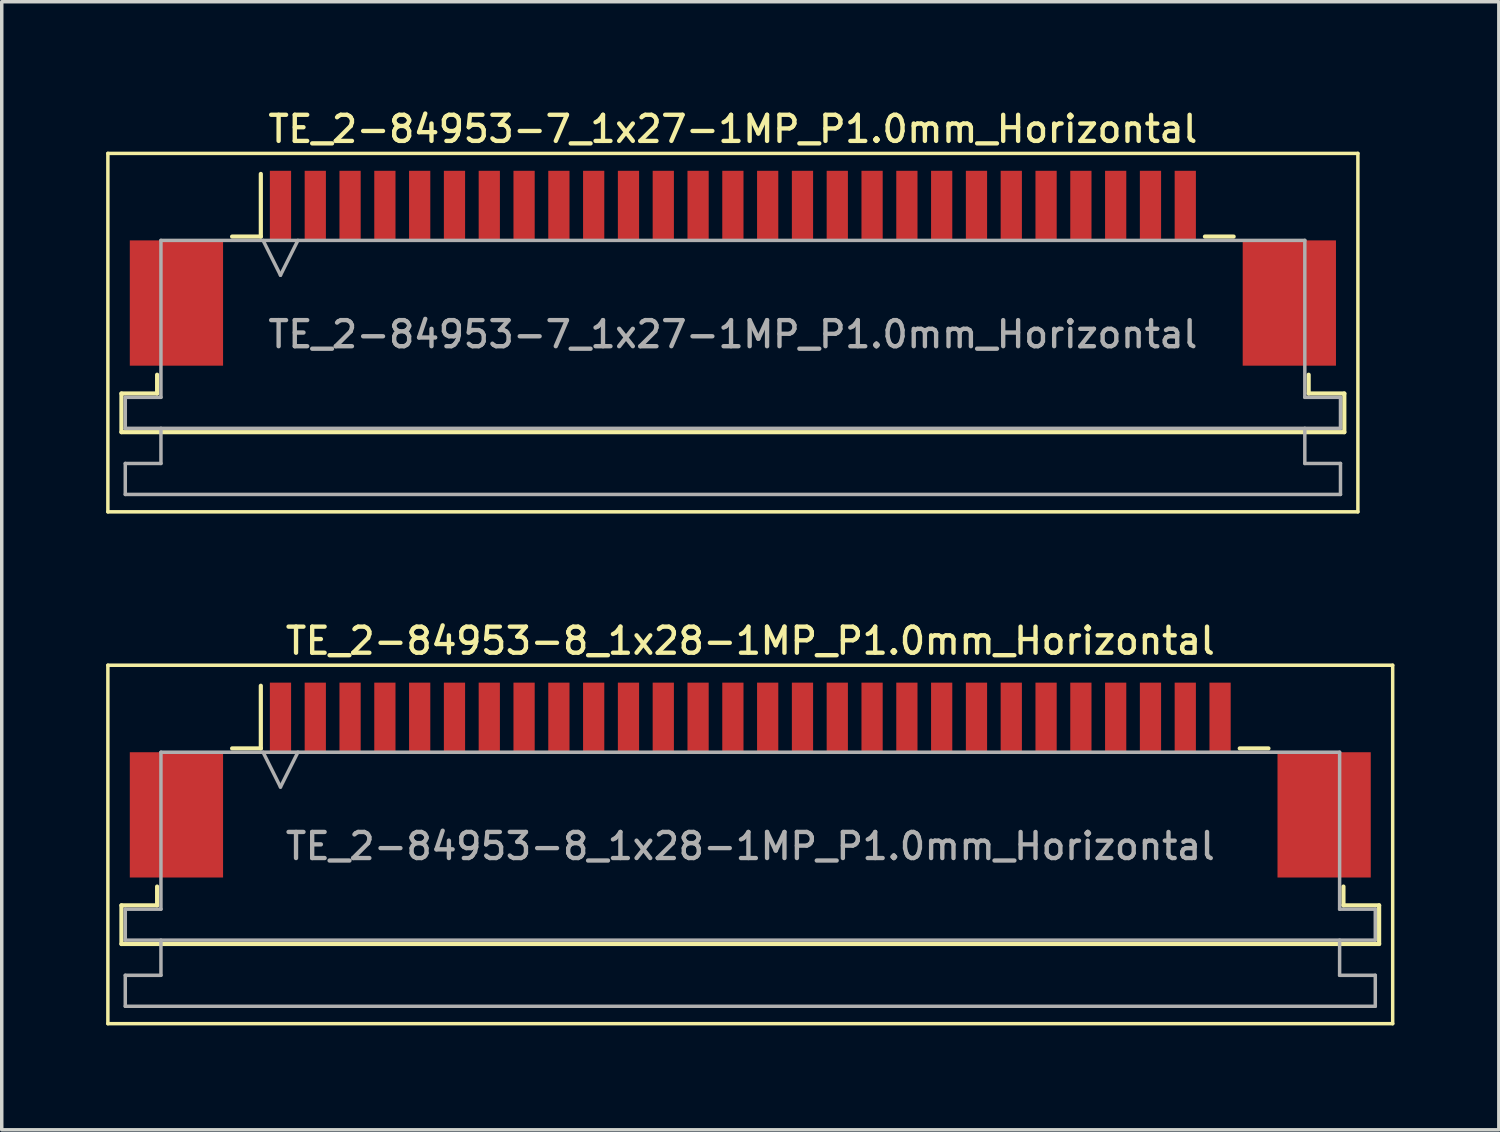
<source format=kicad_pcb>
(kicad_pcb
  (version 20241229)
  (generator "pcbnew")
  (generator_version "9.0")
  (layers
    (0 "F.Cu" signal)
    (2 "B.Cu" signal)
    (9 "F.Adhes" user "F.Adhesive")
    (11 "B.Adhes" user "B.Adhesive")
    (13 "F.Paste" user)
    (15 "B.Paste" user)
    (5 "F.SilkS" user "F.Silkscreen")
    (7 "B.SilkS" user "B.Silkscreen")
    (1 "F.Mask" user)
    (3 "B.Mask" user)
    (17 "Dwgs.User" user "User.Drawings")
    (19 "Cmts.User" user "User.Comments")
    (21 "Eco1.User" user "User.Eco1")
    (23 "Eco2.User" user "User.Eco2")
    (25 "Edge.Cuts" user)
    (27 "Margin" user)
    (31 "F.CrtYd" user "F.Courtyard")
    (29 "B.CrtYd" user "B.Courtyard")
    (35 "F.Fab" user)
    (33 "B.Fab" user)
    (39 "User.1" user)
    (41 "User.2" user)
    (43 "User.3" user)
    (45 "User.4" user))
  (footprint "TE_2-84953-8_1x28-1MP_P1.0mm_Horizontal"
    (layer "F.Cu")
    (at 18.51 19.366)
    (property "Reference" "TE_2-84953-8_1x28-1MP_P1.0mm_Horizontal" (at 0 -4 0) (layer "F.SilkS") (effects (font (size 0.75 0.75) (thickness 0.125))))
    (attr smd)
    (fp_line (start -18.46 -3.3) (end -18.46 7) (stroke (width 0.1) (type solid)) (layer "F.SilkS"))
    (fp_line (start -18.46 7) (end 18.46 7) (stroke (width 0.1) (type solid)) (layer "F.SilkS"))
    (fp_line (start -18.07 3.6) (end -17.045 3.6) (stroke (width 0.12) (type solid)) (layer "F.SilkS"))
    (fp_line (start -18.07 4.71) (end -18.07 3.6) (stroke (width 0.12) (type solid)) (layer "F.SilkS"))
    (fp_line (start -17.045 3.6) (end -17.045 3.06) (stroke (width 0.12) (type solid)) (layer "F.SilkS"))
    (fp_line (start -14.89 -0.91) (end -14.065 -0.91) (stroke (width 0.12) (type solid)) (layer "F.SilkS"))
    (fp_line (start -14.065 -0.91) (end -14.065 -2.71) (stroke (width 0.12) (type solid)) (layer "F.SilkS"))
    (fp_line (start 14.065 -0.91) (end 14.89 -0.91) (stroke (width 0.12) (type solid)) (layer "F.SilkS"))
    (fp_line (start 17.045 3.06) (end 17.045 3.6) (stroke (width 0.12) (type solid)) (layer "F.SilkS"))
    (fp_line (start 17.045 3.6) (end 18.07 3.6) (stroke (width 0.12) (type solid)) (layer "F.SilkS"))
    (fp_line (start 18.07 3.6) (end 18.07 4.71) (stroke (width 0.12) (type solid)) (layer "F.SilkS"))
    (fp_line (start 18.07 4.71) (end -18.07 4.71) (stroke (width 0.12) (type solid)) (layer "F.SilkS"))
    (fp_line (start 18.46 -3.3) (end -18.46 -3.3) (stroke (width 0.1) (type solid)) (layer "F.SilkS"))
    (fp_line (start 18.46 7) (end 18.46 -3.3) (stroke (width 0.1) (type solid)) (layer "F.SilkS"))
    (fp_line (start -17.96 3.71) (end -16.935 3.71) (stroke (width 0.1) (type solid)) (layer "F.Fab"))
    (fp_line (start -17.96 4.6) (end -17.96 3.71) (stroke (width 0.1) (type solid)) (layer "F.Fab"))
    (fp_line (start -17.96 5.61) (end -16.935 5.61) (stroke (width 0.1) (type solid)) (layer "F.Fab"))
    (fp_line (start -17.96 6.5) (end -17.96 5.61) (stroke (width 0.1) (type solid)) (layer "F.Fab"))
    (fp_line (start -16.935 -0.8) (end 16.935 -0.8) (stroke (width 0.1) (type solid)) (layer "F.Fab"))
    (fp_line (start -16.935 3.71) (end -16.935 -0.8) (stroke (width 0.1) (type solid)) (layer "F.Fab"))
    (fp_line (start -16.935 5.61) (end -16.935 4.6) (stroke (width 0.1) (type solid)) (layer "F.Fab"))
    (fp_line (start -14 -0.8) (end -13.5 0.2) (stroke (width 0.1) (type solid)) (layer "F.Fab"))
    (fp_line (start -13.5 0.2) (end -13 -0.8) (stroke (width 0.1) (type solid)) (layer "F.Fab"))
    (fp_line (start 16.935 -0.8) (end 16.935 3.71) (stroke (width 0.1) (type solid)) (layer "F.Fab"))
    (fp_line (start 16.935 3.71) (end 17.96 3.71) (stroke (width 0.1) (type solid)) (layer "F.Fab"))
    (fp_line (start 16.935 4.6) (end 16.935 5.61) (stroke (width 0.1) (type solid)) (layer "F.Fab"))
    (fp_line (start 16.935 5.61) (end 17.96 5.61) (stroke (width 0.1) (type solid)) (layer "F.Fab"))
    (fp_line (start 17.96 3.71) (end 17.96 4.6) (stroke (width 0.1) (type solid)) (layer "F.Fab"))
    (fp_line (start 17.96 4.6) (end -17.96 4.6) (stroke (width 0.1) (type solid)) (layer "F.Fab"))
    (fp_line (start 17.96 5.61) (end 17.96 6.5) (stroke (width 0.1) (type solid)) (layer "F.Fab"))
    (fp_line (start 17.96 6.5) (end -17.96 6.5) (stroke (width 0.1) (type solid)) (layer "F.Fab"))
    (fp_text user "${REFERENCE}" (at 0 1.9 0) (layer "F.Fab") (effects (font (size 0.75 0.75) (thickness 0.125))))
    (pad "1" smd rect (at -13.5 -1.8) (size 0.61 2) (layers "F.Cu" "F.Mask" "F.Paste"))
    (pad "2" smd rect (at -12.5 -1.8) (size 0.61 2) (layers "F.Cu" "F.Mask" "F.Paste"))
    (pad "3" smd rect (at -11.5 -1.8) (size 0.61 2) (layers "F.Cu" "F.Mask" "F.Paste"))
    (pad "4" smd rect (at -10.5 -1.8) (size 0.61 2) (layers "F.Cu" "F.Mask" "F.Paste"))
    (pad "5" smd rect (at -9.5 -1.8) (size 0.61 2) (layers "F.Cu" "F.Mask" "F.Paste"))
    (pad "6" smd rect (at -8.5 -1.8) (size 0.61 2) (layers "F.Cu" "F.Mask" "F.Paste"))
    (pad "7" smd rect (at -7.5 -1.8) (size 0.61 2) (layers "F.Cu" "F.Mask" "F.Paste"))
    (pad "8" smd rect (at -6.5 -1.8) (size 0.61 2) (layers "F.Cu" "F.Mask" "F.Paste"))
    (pad "9" smd rect (at -5.5 -1.8) (size 0.61 2) (layers "F.Cu" "F.Mask" "F.Paste"))
    (pad "10" smd rect (at -4.5 -1.8) (size 0.61 2) (layers "F.Cu" "F.Mask" "F.Paste"))
    (pad "11" smd rect (at -3.5 -1.8) (size 0.61 2) (layers "F.Cu" "F.Mask" "F.Paste"))
    (pad "12" smd rect (at -2.5 -1.8) (size 0.61 2) (layers "F.Cu" "F.Mask" "F.Paste"))
    (pad "13" smd rect (at -1.5 -1.8) (size 0.61 2) (layers "F.Cu" "F.Mask" "F.Paste"))
    (pad "14" smd rect (at -0.5 -1.8) (size 0.61 2) (layers "F.Cu" "F.Mask" "F.Paste"))
    (pad "15" smd rect (at 0.5 -1.8) (size 0.61 2) (layers "F.Cu" "F.Mask" "F.Paste"))
    (pad "16" smd rect (at 1.5 -1.8) (size 0.61 2) (layers "F.Cu" "F.Mask" "F.Paste"))
    (pad "17" smd rect (at 2.5 -1.8) (size 0.61 2) (layers "F.Cu" "F.Mask" "F.Paste"))
    (pad "18" smd rect (at 3.5 -1.8) (size 0.61 2) (layers "F.Cu" "F.Mask" "F.Paste"))
    (pad "19" smd rect (at 4.5 -1.8) (size 0.61 2) (layers "F.Cu" "F.Mask" "F.Paste"))
    (pad "20" smd rect (at 5.5 -1.8) (size 0.61 2) (layers "F.Cu" "F.Mask" "F.Paste"))
    (pad "21" smd rect (at 6.5 -1.8) (size 0.61 2) (layers "F.Cu" "F.Mask" "F.Paste"))
    (pad "22" smd rect (at 7.5 -1.8) (size 0.61 2) (layers "F.Cu" "F.Mask" "F.Paste"))
    (pad "23" smd rect (at 8.5 -1.8) (size 0.61 2) (layers "F.Cu" "F.Mask" "F.Paste"))
    (pad "24" smd rect (at 9.5 -1.8) (size 0.61 2) (layers "F.Cu" "F.Mask" "F.Paste"))
    (pad "25" smd rect (at 10.5 -1.8) (size 0.61 2) (layers "F.Cu" "F.Mask" "F.Paste"))
    (pad "26" smd rect (at 11.5 -1.8) (size 0.61 2) (layers "F.Cu" "F.Mask" "F.Paste"))
    (pad "27" smd rect (at 12.5 -1.8) (size 0.61 2) (layers "F.Cu" "F.Mask" "F.Paste"))
    (pad "28" smd rect (at 13.5 -1.8) (size 0.61 2) (layers "F.Cu" "F.Mask" "F.Paste"))
    (pad "MP" smd rect (at -16.49 1) (size 2.68 3.6) (layers "F.Cu" "F.Mask" "F.Paste"))
    (pad "MP" smd rect (at 16.49 1) (size 2.68 3.6) (layers "F.Cu" "F.Mask" "F.Paste")))
  (footprint "TE_2-84953-7_1x27-1MP_P1.0mm_Horizontal"
    (layer "F.Cu")
    (at 18.01 4.658)
    (property "Reference" "TE_2-84953-7_1x27-1MP_P1.0mm_Horizontal" (at 0 -4 0) (layer "F.SilkS") (effects (font (size 0.75 0.75) (thickness 0.125))))
    (attr smd)
    (fp_line (start -17.96 -3.3) (end -17.96 7) (stroke (width 0.1) (type solid)) (layer "F.SilkS"))
    (fp_line (start -17.96 7) (end 17.96 7) (stroke (width 0.1) (type solid)) (layer "F.SilkS"))
    (fp_line (start -17.57 3.6) (end -16.545 3.6) (stroke (width 0.12) (type solid)) (layer "F.SilkS"))
    (fp_line (start -17.57 4.71) (end -17.57 3.6) (stroke (width 0.12) (type solid)) (layer "F.SilkS"))
    (fp_line (start -16.545 3.6) (end -16.545 3.06) (stroke (width 0.12) (type solid)) (layer "F.SilkS"))
    (fp_line (start -14.39 -0.91) (end -13.565 -0.91) (stroke (width 0.12) (type solid)) (layer "F.SilkS"))
    (fp_line (start -13.565 -0.91) (end -13.565 -2.71) (stroke (width 0.12) (type solid)) (layer "F.SilkS"))
    (fp_line (start 13.565 -0.91) (end 14.39 -0.91) (stroke (width 0.12) (type solid)) (layer "F.SilkS"))
    (fp_line (start 16.545 3.06) (end 16.545 3.6) (stroke (width 0.12) (type solid)) (layer "F.SilkS"))
    (fp_line (start 16.545 3.6) (end 17.57 3.6) (stroke (width 0.12) (type solid)) (layer "F.SilkS"))
    (fp_line (start 17.57 3.6) (end 17.57 4.71) (stroke (width 0.12) (type solid)) (layer "F.SilkS"))
    (fp_line (start 17.57 4.71) (end -17.57 4.71) (stroke (width 0.12) (type solid)) (layer "F.SilkS"))
    (fp_line (start 17.96 -3.3) (end -17.96 -3.3) (stroke (width 0.1) (type solid)) (layer "F.SilkS"))
    (fp_line (start 17.96 7) (end 17.96 -3.3) (stroke (width 0.1) (type solid)) (layer "F.SilkS"))
    (fp_line (start -17.46 3.71) (end -16.435 3.71) (stroke (width 0.1) (type solid)) (layer "F.Fab"))
    (fp_line (start -17.46 4.6) (end -17.46 3.71) (stroke (width 0.1) (type solid)) (layer "F.Fab"))
    (fp_line (start -17.46 5.61) (end -16.435 5.61) (stroke (width 0.1) (type solid)) (layer "F.Fab"))
    (fp_line (start -17.46 6.5) (end -17.46 5.61) (stroke (width 0.1) (type solid)) (layer "F.Fab"))
    (fp_line (start -16.435 -0.8) (end 16.435 -0.8) (stroke (width 0.1) (type solid)) (layer "F.Fab"))
    (fp_line (start -16.435 3.71) (end -16.435 -0.8) (stroke (width 0.1) (type solid)) (layer "F.Fab"))
    (fp_line (start -16.435 5.61) (end -16.435 4.6) (stroke (width 0.1) (type solid)) (layer "F.Fab"))
    (fp_line (start -13.5 -0.8) (end -13 0.2) (stroke (width 0.1) (type solid)) (layer "F.Fab"))
    (fp_line (start -13 0.2) (end -12.5 -0.8) (stroke (width 0.1) (type solid)) (layer "F.Fab"))
    (fp_line (start 16.435 -0.8) (end 16.435 3.71) (stroke (width 0.1) (type solid)) (layer "F.Fab"))
    (fp_line (start 16.435 3.71) (end 17.46 3.71) (stroke (width 0.1) (type solid)) (layer "F.Fab"))
    (fp_line (start 16.435 4.6) (end 16.435 5.61) (stroke (width 0.1) (type solid)) (layer "F.Fab"))
    (fp_line (start 16.435 5.61) (end 17.46 5.61) (stroke (width 0.1) (type solid)) (layer "F.Fab"))
    (fp_line (start 17.46 3.71) (end 17.46 4.6) (stroke (width 0.1) (type solid)) (layer "F.Fab"))
    (fp_line (start 17.46 4.6) (end -17.46 4.6) (stroke (width 0.1) (type solid)) (layer "F.Fab"))
    (fp_line (start 17.46 5.61) (end 17.46 6.5) (stroke (width 0.1) (type solid)) (layer "F.Fab"))
    (fp_line (start 17.46 6.5) (end -17.46 6.5) (stroke (width 0.1) (type solid)) (layer "F.Fab"))
    (fp_text user "${REFERENCE}" (at 0 1.9 0) (layer "F.Fab") (effects (font (size 0.75 0.75) (thickness 0.125))))
    (pad "1" smd rect (at -13 -1.8) (size 0.61 2) (layers "F.Cu" "F.Mask" "F.Paste"))
    (pad "2" smd rect (at -12 -1.8) (size 0.61 2) (layers "F.Cu" "F.Mask" "F.Paste"))
    (pad "3" smd rect (at -11 -1.8) (size 0.61 2) (layers "F.Cu" "F.Mask" "F.Paste"))
    (pad "4" smd rect (at -10 -1.8) (size 0.61 2) (layers "F.Cu" "F.Mask" "F.Paste"))
    (pad "5" smd rect (at -9 -1.8) (size 0.61 2) (layers "F.Cu" "F.Mask" "F.Paste"))
    (pad "6" smd rect (at -8 -1.8) (size 0.61 2) (layers "F.Cu" "F.Mask" "F.Paste"))
    (pad "7" smd rect (at -7 -1.8) (size 0.61 2) (layers "F.Cu" "F.Mask" "F.Paste"))
    (pad "8" smd rect (at -6 -1.8) (size 0.61 2) (layers "F.Cu" "F.Mask" "F.Paste"))
    (pad "9" smd rect (at -5 -1.8) (size 0.61 2) (layers "F.Cu" "F.Mask" "F.Paste"))
    (pad "10" smd rect (at -4 -1.8) (size 0.61 2) (layers "F.Cu" "F.Mask" "F.Paste"))
    (pad "11" smd rect (at -3 -1.8) (size 0.61 2) (layers "F.Cu" "F.Mask" "F.Paste"))
    (pad "12" smd rect (at -2 -1.8) (size 0.61 2) (layers "F.Cu" "F.Mask" "F.Paste"))
    (pad "13" smd rect (at -1 -1.8) (size 0.61 2) (layers "F.Cu" "F.Mask" "F.Paste"))
    (pad "14" smd rect (at 0 -1.8) (size 0.61 2) (layers "F.Cu" "F.Mask" "F.Paste"))
    (pad "15" smd rect (at 1 -1.8) (size 0.61 2) (layers "F.Cu" "F.Mask" "F.Paste"))
    (pad "16" smd rect (at 2 -1.8) (size 0.61 2) (layers "F.Cu" "F.Mask" "F.Paste"))
    (pad "17" smd rect (at 3 -1.8) (size 0.61 2) (layers "F.Cu" "F.Mask" "F.Paste"))
    (pad "18" smd rect (at 4 -1.8) (size 0.61 2) (layers "F.Cu" "F.Mask" "F.Paste"))
    (pad "19" smd rect (at 5 -1.8) (size 0.61 2) (layers "F.Cu" "F.Mask" "F.Paste"))
    (pad "20" smd rect (at 6 -1.8) (size 0.61 2) (layers "F.Cu" "F.Mask" "F.Paste"))
    (pad "21" smd rect (at 7 -1.8) (size 0.61 2) (layers "F.Cu" "F.Mask" "F.Paste"))
    (pad "22" smd rect (at 8 -1.8) (size 0.61 2) (layers "F.Cu" "F.Mask" "F.Paste"))
    (pad "23" smd rect (at 9 -1.8) (size 0.61 2) (layers "F.Cu" "F.Mask" "F.Paste"))
    (pad "24" smd rect (at 10 -1.8) (size 0.61 2) (layers "F.Cu" "F.Mask" "F.Paste"))
    (pad "25" smd rect (at 11 -1.8) (size 0.61 2) (layers "F.Cu" "F.Mask" "F.Paste"))
    (pad "26" smd rect (at 12 -1.8) (size 0.61 2) (layers "F.Cu" "F.Mask" "F.Paste"))
    (pad "27" smd rect (at 13 -1.8) (size 0.61 2) (layers "F.Cu" "F.Mask" "F.Paste"))
    (pad "MP" smd rect (at -15.99 1) (size 2.68 3.6) (layers "F.Cu" "F.Mask" "F.Paste"))
    (pad "MP" smd rect (at 15.99 1) (size 2.68 3.6) (layers "F.Cu" "F.Mask" "F.Paste")))
  (gr_rect
    (start -3 -3)
    (end 40.02 29.416)
    (stroke (width 0.1) (type default))
    (fill no)
    (layer "Edge.Cuts")))
</source>
